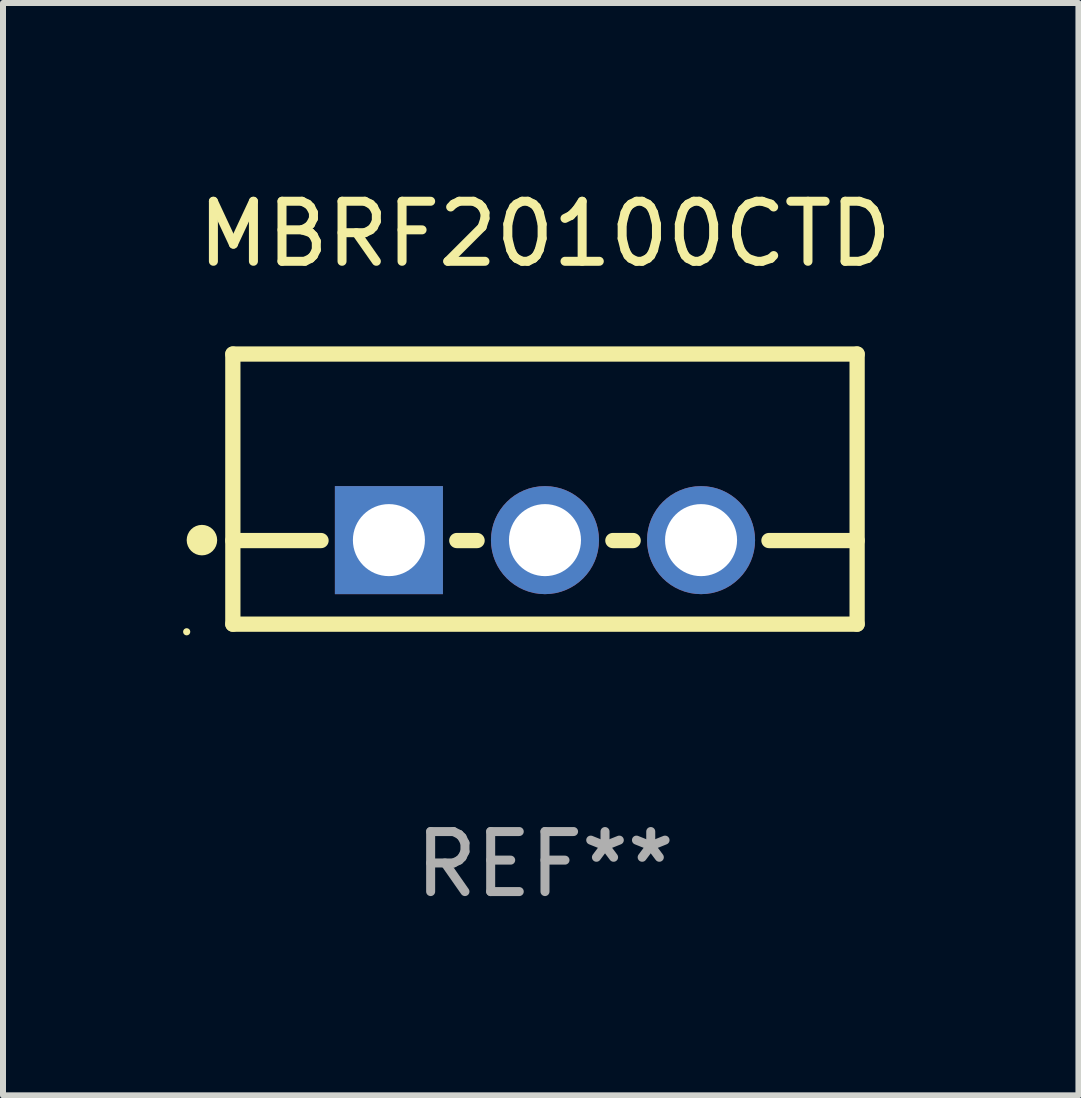
<source format=kicad_pcb>
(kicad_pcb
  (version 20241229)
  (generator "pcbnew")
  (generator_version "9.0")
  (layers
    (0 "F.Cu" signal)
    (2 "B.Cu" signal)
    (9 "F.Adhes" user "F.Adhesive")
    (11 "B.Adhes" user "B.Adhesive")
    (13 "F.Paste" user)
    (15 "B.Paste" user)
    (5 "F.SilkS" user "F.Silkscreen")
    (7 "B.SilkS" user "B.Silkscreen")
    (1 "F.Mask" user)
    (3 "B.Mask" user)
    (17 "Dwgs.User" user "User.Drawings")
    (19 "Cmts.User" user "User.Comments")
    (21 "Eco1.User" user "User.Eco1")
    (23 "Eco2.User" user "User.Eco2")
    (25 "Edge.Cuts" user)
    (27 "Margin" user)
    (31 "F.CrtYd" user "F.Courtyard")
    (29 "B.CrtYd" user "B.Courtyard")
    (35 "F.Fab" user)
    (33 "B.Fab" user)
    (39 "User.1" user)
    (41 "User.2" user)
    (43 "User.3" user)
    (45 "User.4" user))
  (footprint "MBRF20100CTD"
    (layer "F.Cu")
    (at 6.029 5.098)
    (property "Reference" "MBRF20100CTD" (at 0 -4.25 0) (layer "F.SilkS") (effects (font (size 1 1) (thickness 0.15))))
    (attr through_hole)
    (fp_line (start -5.2 -2.25) (end -5.2 2.25) (stroke (width 0.254) (type solid)) (layer "F.SilkS"))
    (fp_line (start -5.2 -2.25) (end 5.2 -2.25) (stroke (width 0.254) (type solid)) (layer "F.SilkS"))
    (fp_line (start -5.2 0.857) (end -3.731 0.857) (stroke (width 0.254) (type solid)) (layer "F.SilkS"))
    (fp_line (start -5.2 2.25) (end 5.2 2.25) (stroke (width 0.254) (type solid)) (layer "F.SilkS"))
    (fp_line (start -1.469 0.857) (end -1.131 0.857) (stroke (width 0.254) (type solid)) (layer "F.SilkS"))
    (fp_line (start 1.131 0.857) (end 1.469 0.857) (stroke (width 0.254) (type solid)) (layer "F.SilkS"))
    (fp_line (start 3.731 0.857) (end 5.2 0.857) (stroke (width 0.254) (type solid)) (layer "F.SilkS"))
    (fp_line (start 5.2 -2.25) (end 5.2 2.25) (stroke (width 0.254) (type solid)) (layer "F.SilkS"))
    (fp_circle (center -5.969 2.377) (end -5.939 2.377) (stroke (width 0.06) (type solid)) (fill no) (layer "F.SilkS"))
    (fp_circle (center -5.715 0.85) (end -5.588 0.85) (stroke (width 0.254) (type solid)) (fill no) (layer "F.SilkS"))
    (fp_text user "REF**" (at 0 6.25 0) (layer "F.Fab") (effects (font (size 1 1) (thickness 0.15))))
    (pad "1" thru_hole rect (at -2.6 0.85) (size 1.8 1.8) (drill 1.2) (layers "*.Cu" "*.Mask"))
    (pad "2" thru_hole circle (at 0 0.85) (size 1.8 1.8) (drill 1.2) (layers "*.Cu" "*.Mask"))
    (pad "3" thru_hole circle (at 2.6 0.85) (size 1.8 1.8) (drill 1.2) (layers "*.Cu" "*.Mask")))
  (gr_rect
    (start -3 -3)
    (end 14.916 15.197)
    (stroke (width 0.1) (type default))
    (fill no)
    (layer "Edge.Cuts")))
</source>
